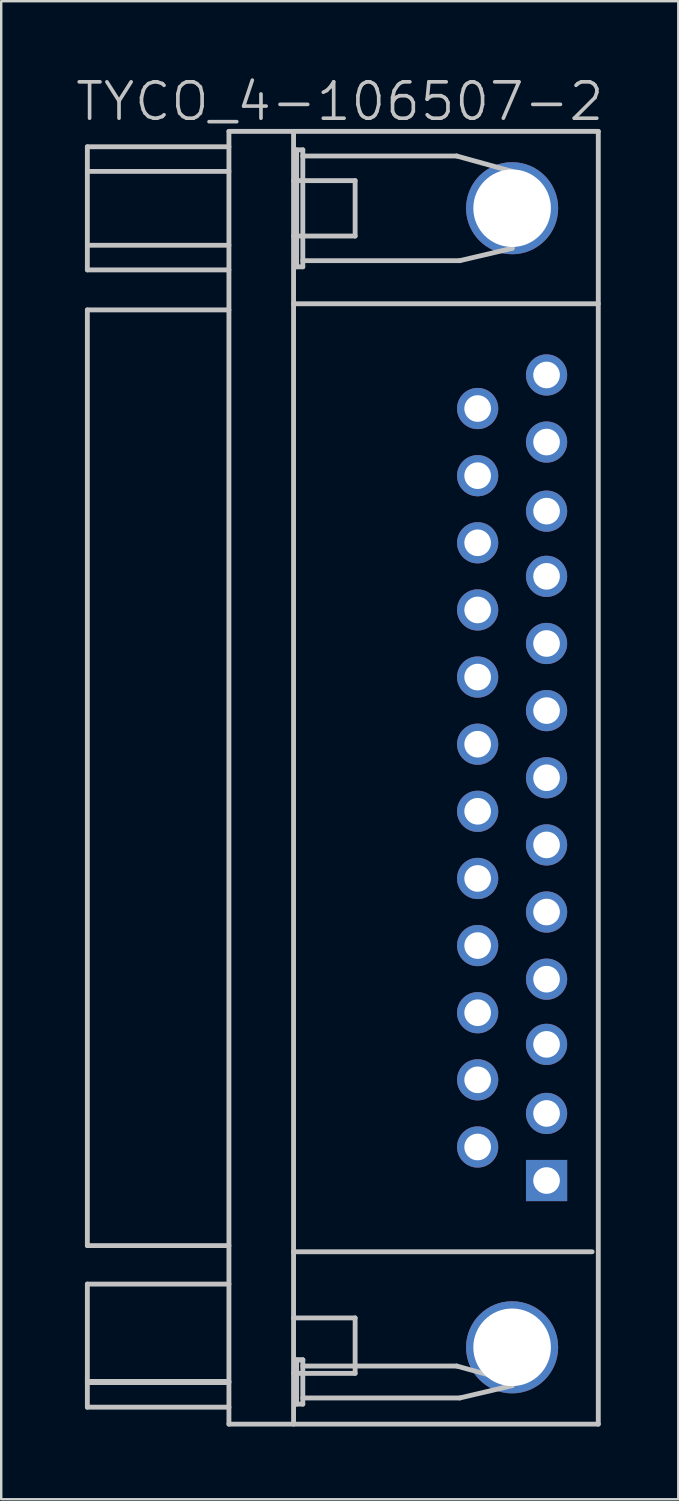
<source format=kicad_pcb>
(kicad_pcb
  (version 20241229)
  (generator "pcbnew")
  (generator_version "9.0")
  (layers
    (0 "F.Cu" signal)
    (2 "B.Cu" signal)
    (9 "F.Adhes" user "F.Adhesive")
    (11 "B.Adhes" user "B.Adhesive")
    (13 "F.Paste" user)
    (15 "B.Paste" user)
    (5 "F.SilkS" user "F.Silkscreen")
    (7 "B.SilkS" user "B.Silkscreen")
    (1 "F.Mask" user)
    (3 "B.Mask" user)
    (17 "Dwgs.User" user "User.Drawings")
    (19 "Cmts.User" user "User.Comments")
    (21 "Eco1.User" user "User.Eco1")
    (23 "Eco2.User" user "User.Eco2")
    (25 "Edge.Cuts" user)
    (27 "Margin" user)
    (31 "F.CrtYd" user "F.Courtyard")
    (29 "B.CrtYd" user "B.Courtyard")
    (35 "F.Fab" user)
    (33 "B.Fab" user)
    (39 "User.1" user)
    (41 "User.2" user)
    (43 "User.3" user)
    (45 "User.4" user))
  (footprint "TYCO_4-106507-2"
    (layer "F.Cu")
    (at 10.968 29.041)
    (property "Reference" "TYCO_4-106507-2" (at 0 -27.9 180) (layer "Dwgs.User") (effects (font (size 1.5 1.5) (thickness 0.15))))
    (attr through_hole)
    (fp_line (start -10.414 -26.035) (end -10.414 -20.955) (stroke (width 0.2) (type solid)) (layer "Dwgs.User"))
    (fp_line (start -10.414 19.304) (end -10.414 -19.304) (stroke (width 0.2) (type solid)) (layer "Dwgs.User"))
    (fp_line (start -10.414 19.304) (end -4.572 19.304) (stroke (width 0.2) (type solid)) (layer "Dwgs.User"))
    (fp_line (start -10.414 20.892) (end -10.414 25.971) (stroke (width 0.2) (type solid)) (layer "Dwgs.User"))
    (fp_line (start -4.572 -26.035) (end -10.414 -26.035) (stroke (width 0.2) (type solid)) (layer "Dwgs.User"))
    (fp_line (start -4.572 -25.019) (end -10.414 -25.019) (stroke (width 0.2) (type solid)) (layer "Dwgs.User"))
    (fp_line (start -4.572 -21.971) (end -10.414 -21.971) (stroke (width 0.2) (type solid)) (layer "Dwgs.User"))
    (fp_line (start -4.572 -20.955) (end -10.414 -20.955) (stroke (width 0.2) (type solid)) (layer "Dwgs.User"))
    (fp_line (start -4.572 -19.304) (end -10.414 -19.304) (stroke (width 0.2) (type solid)) (layer "Dwgs.User"))
    (fp_line (start -4.572 20.892) (end -10.414 20.892) (stroke (width 0.2) (type solid)) (layer "Dwgs.User"))
    (fp_line (start -4.572 24.907) (end -10.414 24.907) (stroke (width 0.2) (type solid)) (layer "Dwgs.User"))
    (fp_line (start -4.572 24.956) (end -10.414 24.956) (stroke (width 0.2) (type solid)) (layer "Dwgs.User"))
    (fp_line (start -4.572 25.971) (end -10.414 25.971) (stroke (width 0.2) (type solid)) (layer "Dwgs.User"))
    (fp_line (start -4.572 26.67) (end -4.572 -26.67) (stroke (width 0.2) (type solid)) (layer "Dwgs.User"))
    (fp_line (start -1.905 -26.67) (end -1.905 26.67) (stroke (width 0.2) (type solid)) (layer "Dwgs.User"))
    (fp_line (start -1.905 -24.638) (end 0.635 -24.638) (stroke (width 0.2) (type solid)) (layer "Dwgs.User"))
    (fp_line (start -1.905 -19.558) (end 10.668 -19.558) (stroke (width 0.2) (type solid)) (layer "Dwgs.User"))
    (fp_line (start -1.905 19.558) (end 10.414 19.558) (stroke (width 0.2) (type solid)) (layer "Dwgs.User"))
    (fp_line (start -1.905 22.288) (end 0.635 22.288) (stroke (width 0.2) (type solid)) (layer "Dwgs.User"))
    (fp_line (start -1.778 -25.908) (end -1.778 -21.082) (stroke (width 0.2) (type solid)) (layer "Dwgs.User"))
    (fp_line (start -1.778 -21.082) (end -1.524 -21.082) (stroke (width 0.2) (type solid)) (layer "Dwgs.User"))
    (fp_line (start -1.778 24.018) (end -1.778 25.845) (stroke (width 0.2) (type solid)) (layer "Dwgs.User"))
    (fp_line (start -1.778 25.845) (end -1.524 25.845) (stroke (width 0.2) (type solid)) (layer "Dwgs.User"))
    (fp_line (start -1.524 -25.908) (end -1.778 -25.908) (stroke (width 0.2) (type solid)) (layer "Dwgs.User"))
    (fp_line (start -1.524 -25.654) (end 4.826 -25.654) (stroke (width 0.2) (type solid)) (layer "Dwgs.User"))
    (fp_line (start -1.524 -21.082) (end -1.524 -25.908) (stroke (width 0.2) (type solid)) (layer "Dwgs.User"))
    (fp_line (start -1.524 24.018) (end -1.778 24.018) (stroke (width 0.2) (type solid)) (layer "Dwgs.User"))
    (fp_line (start -1.524 24.018) (end -1.778 24.018) (stroke (width 0.2) (type solid)) (layer "Dwgs.User"))
    (fp_line (start -1.524 24.273) (end 4.826 24.273) (stroke (width 0.2) (type solid)) (layer "Dwgs.User"))
    (fp_line (start -1.524 25.845) (end -1.524 24.018) (stroke (width 0.2) (type solid)) (layer "Dwgs.User"))
    (fp_line (start 0.635 -24.638) (end 0.635 -22.352) (stroke (width 0.2) (type solid)) (layer "Dwgs.User"))
    (fp_line (start 0.635 -22.352) (end -1.905 -22.352) (stroke (width 0.2) (type solid)) (layer "Dwgs.User"))
    (fp_line (start 0.635 22.288) (end 0.635 24.575) (stroke (width 0.2) (type solid)) (layer "Dwgs.User"))
    (fp_line (start 0.635 24.575) (end -1.905 24.575) (stroke (width 0.2) (type solid)) (layer "Dwgs.User"))
    (fp_line (start 4.826 -25.654) (end 7.112 -25.019) (stroke (width 0.2) (type solid)) (layer "Dwgs.User"))
    (fp_line (start 4.826 24.273) (end 7.112 24.907) (stroke (width 0.2) (type solid)) (layer "Dwgs.User"))
    (fp_line (start 4.953 -21.336) (end -1.524 -21.336) (stroke (width 0.2) (type solid)) (layer "Dwgs.User"))
    (fp_line (start 4.953 25.59) (end -1.524 25.59) (stroke (width 0.2) (type solid)) (layer "Dwgs.User"))
    (fp_line (start 7.112 -25.019) (end 7.112 -21.844) (stroke (width 0.2) (type solid)) (layer "Dwgs.User"))
    (fp_line (start 7.112 -21.844) (end 4.953 -21.336) (stroke (width 0.2) (type solid)) (layer "Dwgs.User"))
    (fp_line (start 7.112 24.907) (end 7.112 25.082) (stroke (width 0.2) (type solid)) (layer "Dwgs.User"))
    (fp_line (start 7.112 25.082) (end 4.953 25.59) (stroke (width 0.2) (type solid)) (layer "Dwgs.User"))
    (fp_line (start 10.668 -26.67) (end -4.572 -26.67) (stroke (width 0.2) (type solid)) (layer "Dwgs.User"))
    (fp_line (start 10.668 26.67) (end -4.572 26.67) (stroke (width 0.2) (type solid)) (layer "Dwgs.User"))
    (fp_line (start 10.668 26.67) (end 10.668 -26.67) (stroke (width 0.2) (type solid)) (layer "Dwgs.User"))
    (pad "" thru_hole circle (at 7.112 -23.5 270) (size 3.8 3.8) (drill 3.2) (layers "*.Cu" "*.Mask"))
    (pad "" thru_hole circle (at 7.112 23.5 270) (size 3.8 3.8) (drill 3.2) (layers "*.Cu" "*.Mask"))
    (pad "1" thru_hole rect (at 8.534 16.619) (size 1.7 1.7) (drill 1.1) (layers "*.Cu" "*.Mask"))
    (pad "2" thru_hole circle (at 8.534 13.851) (size 1.7 1.7) (drill 1.1) (layers "*.Cu" "*.Mask"))
    (pad "3" thru_hole circle (at 8.534 11.001) (size 1.7 1.7) (drill 1.1) (layers "*.Cu" "*.Mask"))
    (pad "4" thru_hole circle (at 8.534 8.311) (size 1.7 1.7) (drill 1.1) (layers "*.Cu" "*.Mask"))
    (pad "5" thru_hole circle (at 8.534 5.54) (size 1.7 1.7) (drill 1.1) (layers "*.Cu" "*.Mask"))
    (pad "6" thru_hole circle (at 8.534 2.771) (size 1.7 1.7) (drill 1.1) (layers "*.Cu" "*.Mask"))
    (pad "7" thru_hole circle (at 8.534 0) (size 1.7 1.7) (drill 1.1) (layers "*.Cu" "*.Mask"))
    (pad "8" thru_hole circle (at 8.534 -2.771) (size 1.7 1.7) (drill 1.1) (layers "*.Cu" "*.Mask"))
    (pad "9" thru_hole circle (at 8.534 -5.54) (size 1.7 1.7) (drill 1.1) (layers "*.Cu" "*.Mask"))
    (pad "10" thru_hole circle (at 8.534 -8.311) (size 1.7 1.7) (drill 1.1) (layers "*.Cu" "*.Mask"))
    (pad "11" thru_hole circle (at 8.534 -11.001) (size 1.7 1.7) (drill 1.1) (layers "*.Cu" "*.Mask"))
    (pad "12" thru_hole circle (at 8.534 -13.851) (size 1.7 1.7) (drill 1.1) (layers "*.Cu" "*.Mask"))
    (pad "13" thru_hole circle (at 8.534 -16.619) (size 1.7 1.7) (drill 1.1) (layers "*.Cu" "*.Mask"))
    (pad "14" thru_hole circle (at 5.69 15.235) (size 1.7 1.7) (drill 1.1) (layers "*.Cu" "*.Mask"))
    (pad "15" thru_hole circle (at 5.69 12.464) (size 1.7 1.7) (drill 1.1) (layers "*.Cu" "*.Mask"))
    (pad "16" thru_hole circle (at 5.69 9.695) (size 1.7 1.7) (drill 1.1) (layers "*.Cu" "*.Mask"))
    (pad "17" thru_hole circle (at 5.69 6.924) (size 1.7 1.7) (drill 1.1) (layers "*.Cu" "*.Mask"))
    (pad "18" thru_hole circle (at 5.69 4.155) (size 1.7 1.7) (drill 1.1) (layers "*.Cu" "*.Mask"))
    (pad "19" thru_hole circle (at 5.69 1.384) (size 1.7 1.7) (drill 1.1) (layers "*.Cu" "*.Mask"))
    (pad "20" thru_hole circle (at 5.69 -1.384) (size 1.7 1.7) (drill 1.1) (layers "*.Cu" "*.Mask"))
    (pad "21" thru_hole circle (at 5.69 -4.155) (size 1.7 1.7) (drill 1.1) (layers "*.Cu" "*.Mask"))
    (pad "22" thru_hole circle (at 5.69 -6.924) (size 1.7 1.7) (drill 1.1) (layers "*.Cu" "*.Mask"))
    (pad "23" thru_hole circle (at 5.69 -9.695) (size 1.7 1.7) (drill 1.1) (layers "*.Cu" "*.Mask"))
    (pad "24" thru_hole circle (at 5.69 -12.464) (size 1.7 1.7) (drill 1.1) (layers "*.Cu" "*.Mask"))
    (pad "25" thru_hole circle (at 5.69 -15.235) (size 1.7 1.7) (drill 1.1) (layers "*.Cu" "*.Mask")))
  (gr_rect
    (start -3 -3)
    (end 24.936 58.811)
    (stroke (width 0.1) (type default))
    (fill no)
    (layer "Edge.Cuts")))
</source>
